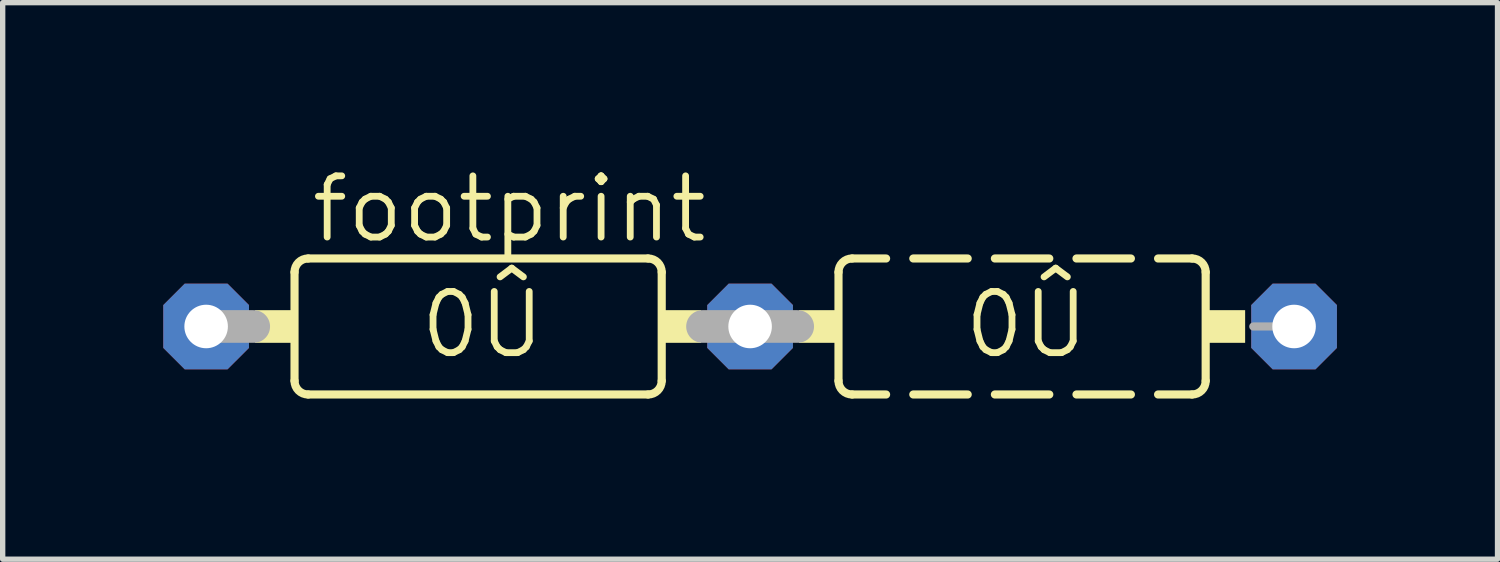
<source format=kicad_pcb>
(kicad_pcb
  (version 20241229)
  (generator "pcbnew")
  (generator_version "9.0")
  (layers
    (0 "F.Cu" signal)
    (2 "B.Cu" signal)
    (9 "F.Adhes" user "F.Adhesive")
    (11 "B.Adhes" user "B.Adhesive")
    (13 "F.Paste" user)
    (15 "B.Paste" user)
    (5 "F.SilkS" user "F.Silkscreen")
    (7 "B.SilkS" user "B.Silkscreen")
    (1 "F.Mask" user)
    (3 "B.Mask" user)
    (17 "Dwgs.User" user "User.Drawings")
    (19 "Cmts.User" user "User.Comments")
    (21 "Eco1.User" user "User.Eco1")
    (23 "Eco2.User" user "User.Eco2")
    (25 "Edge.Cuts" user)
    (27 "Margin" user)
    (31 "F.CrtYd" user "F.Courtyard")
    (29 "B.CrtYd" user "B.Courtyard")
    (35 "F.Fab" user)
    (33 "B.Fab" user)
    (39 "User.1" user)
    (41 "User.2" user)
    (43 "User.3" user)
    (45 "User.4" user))
  (footprint "footprint"
    (layer "F.Cu")
    (at 5.88 3.048)
    (property "Reference" "footprint" (at -3.175 -1.524 0) (layer "F.SilkS") (effects (font (size 1.143 1.143) (thickness 0.127)) (justify left bottom)))
    (fp_line (start -3.429 -1.016) (end -3.429 1.016) (stroke (width 0.152) (type solid)) (layer "F.SilkS"))
    (fp_line (start -3.175 -1.27) (end 3.175 -1.27) (stroke (width 0.152) (type solid)) (layer "F.SilkS"))
    (fp_line (start 3.175 1.27) (end -3.175 1.27) (stroke (width 0.152) (type solid)) (layer "F.SilkS"))
    (fp_line (start 3.429 -1.016) (end 3.429 1.016) (stroke (width 0.152) (type solid)) (layer "F.SilkS"))
    (fp_line (start 6.731 -1.016) (end 6.731 1.016) (stroke (width 0.152) (type solid)) (layer "F.SilkS"))
    (fp_line (start 6.985 -1.27) (end 7.62 -1.27) (stroke (width 0.152) (type solid)) (layer "F.SilkS"))
    (fp_line (start 6.985 1.27) (end 7.62 1.27) (stroke (width 0.152) (type solid)) (layer "F.SilkS"))
    (fp_line (start 9.144 -1.27) (end 8.128 -1.27) (stroke (width 0.152) (type solid)) (layer "F.SilkS"))
    (fp_line (start 9.144 1.27) (end 8.128 1.27) (stroke (width 0.152) (type solid)) (layer "F.SilkS"))
    (fp_line (start 10.668 -1.27) (end 9.652 -1.27) (stroke (width 0.152) (type solid)) (layer "F.SilkS"))
    (fp_line (start 10.668 1.27) (end 9.652 1.27) (stroke (width 0.152) (type solid)) (layer "F.SilkS"))
    (fp_line (start 12.192 -1.27) (end 11.176 -1.27) (stroke (width 0.152) (type solid)) (layer "F.SilkS"))
    (fp_line (start 12.192 1.27) (end 11.176 1.27) (stroke (width 0.152) (type solid)) (layer "F.SilkS"))
    (fp_line (start 13.335 -1.27) (end 12.7 -1.27) (stroke (width 0.152) (type solid)) (layer "F.SilkS"))
    (fp_line (start 13.335 1.27) (end 12.7 1.27) (stroke (width 0.152) (type solid)) (layer "F.SilkS"))
    (fp_line (start 13.589 -1.016) (end 13.589 1.016) (stroke (width 0.152) (type solid)) (layer "F.SilkS"))
    (fp_arc (start -3.429 -1.016) (mid -3.354605 -1.195605) (end -3.175 -1.27) (stroke (width 0.1524) (type solid)) (layer "F.SilkS"))
    (fp_arc (start -3.175 1.27) (mid -3.354605 1.195605) (end -3.429 1.016) (stroke (width 0.1524) (type solid)) (layer "F.SilkS"))
    (fp_arc (start 3.175 -1.27) (mid 3.354605 -1.195605) (end 3.429 -1.016) (stroke (width 0.1524) (type solid)) (layer "F.SilkS"))
    (fp_arc (start 3.429 1.016) (mid 3.354605 1.195605) (end 3.175 1.27) (stroke (width 0.1524) (type solid)) (layer "F.SilkS"))
    (fp_arc (start 6.731 -1.016) (mid 6.805395 -1.195605) (end 6.985 -1.27) (stroke (width 0.1524) (type solid)) (layer "F.SilkS"))
    (fp_arc (start 6.985 1.27) (mid 6.805395 1.195605) (end 6.731 1.016) (stroke (width 0.1524) (type solid)) (layer "F.SilkS"))
    (fp_arc (start 13.335 -1.27) (mid 13.514605 -1.195605) (end 13.589 -1.016) (stroke (width 0.1524) (type solid)) (layer "F.SilkS"))
    (fp_arc (start 13.589 1.016) (mid 13.514605 1.195605) (end 13.335 1.27) (stroke (width 0.1524) (type solid)) (layer "F.SilkS"))
    (fp_poly (pts (xy -4.166 0.305) (xy -3.429 0.305) (xy -3.429 -0.305) (xy -4.166 -0.305)) (stroke (width 0) (type solid)) (fill yes) (layer "F.SilkS"))
    (fp_poly (pts (xy 3.429 0.305) (xy 4.166 0.305) (xy 4.166 -0.305) (xy 3.429 -0.305)) (stroke (width 0) (type solid)) (fill yes) (layer "F.SilkS"))
    (fp_poly (pts (xy 5.994 0.305) (xy 6.731 0.305) (xy 6.731 -0.305) (xy 5.994 -0.305)) (stroke (width 0) (type solid)) (fill yes) (layer "F.SilkS"))
    (fp_poly (pts (xy 13.589 0.305) (xy 14.326 0.305) (xy 14.326 -0.305) (xy 13.589 -0.305)) (stroke (width 0) (type solid)) (fill yes) (layer "F.SilkS"))
    (fp_line (start -5.08 0) (end -4.191 0) (stroke (width 0.61) (type solid)) (layer "F.Fab"))
    (fp_line (start 5.969 0) (end 4.191 0) (stroke (width 0.61) (type solid)) (layer "F.Fab"))
    (fp_line (start 15.24 0) (end 14.478 0) (stroke (width 0.152) (type solid)) (layer "F.Fab"))
    (fp_text user "0Û " (at -1.143 0.635 0) (layer "F.SilkS") (effects (font (size 1.143 1.143) (thickness 0.127)) (justify left bottom)))
    (fp_text user "0Û" (at 9.017 0.635 0) (layer "F.SilkS") (effects (font (size 1.143 1.143) (thickness 0.127)) (justify left bottom)))
    (pad "1" thru_hole roundrect (at -5.08 0) (size 1.6 1.6) (drill 0.813) (layers "*.Cu" "*.Mask") (roundrect_rratio 0.25) (chamfer_ratio 0.25) (chamfer top_left top_right bottom_left bottom_right))
    (pad "2" thru_hole roundrect (at 5.08 0) (size 1.6 1.6) (drill 0.813) (layers "*.Cu" "*.Mask") (roundrect_rratio 0.25) (chamfer_ratio 0.25) (chamfer top_left top_right bottom_left bottom_right))
    (pad "3" thru_hole roundrect (at 15.24 0) (size 1.6 1.6) (drill 0.813) (layers "*.Cu" "*.Mask") (roundrect_rratio 0.25) (chamfer_ratio 0.25) (chamfer top_left top_right bottom_left bottom_right)))
  (gr_rect
    (start -3 -3)
    (end 24.92 7.394)
    (stroke (width 0.1) (type default))
    (fill no)
    (layer "Edge.Cuts")))
</source>
